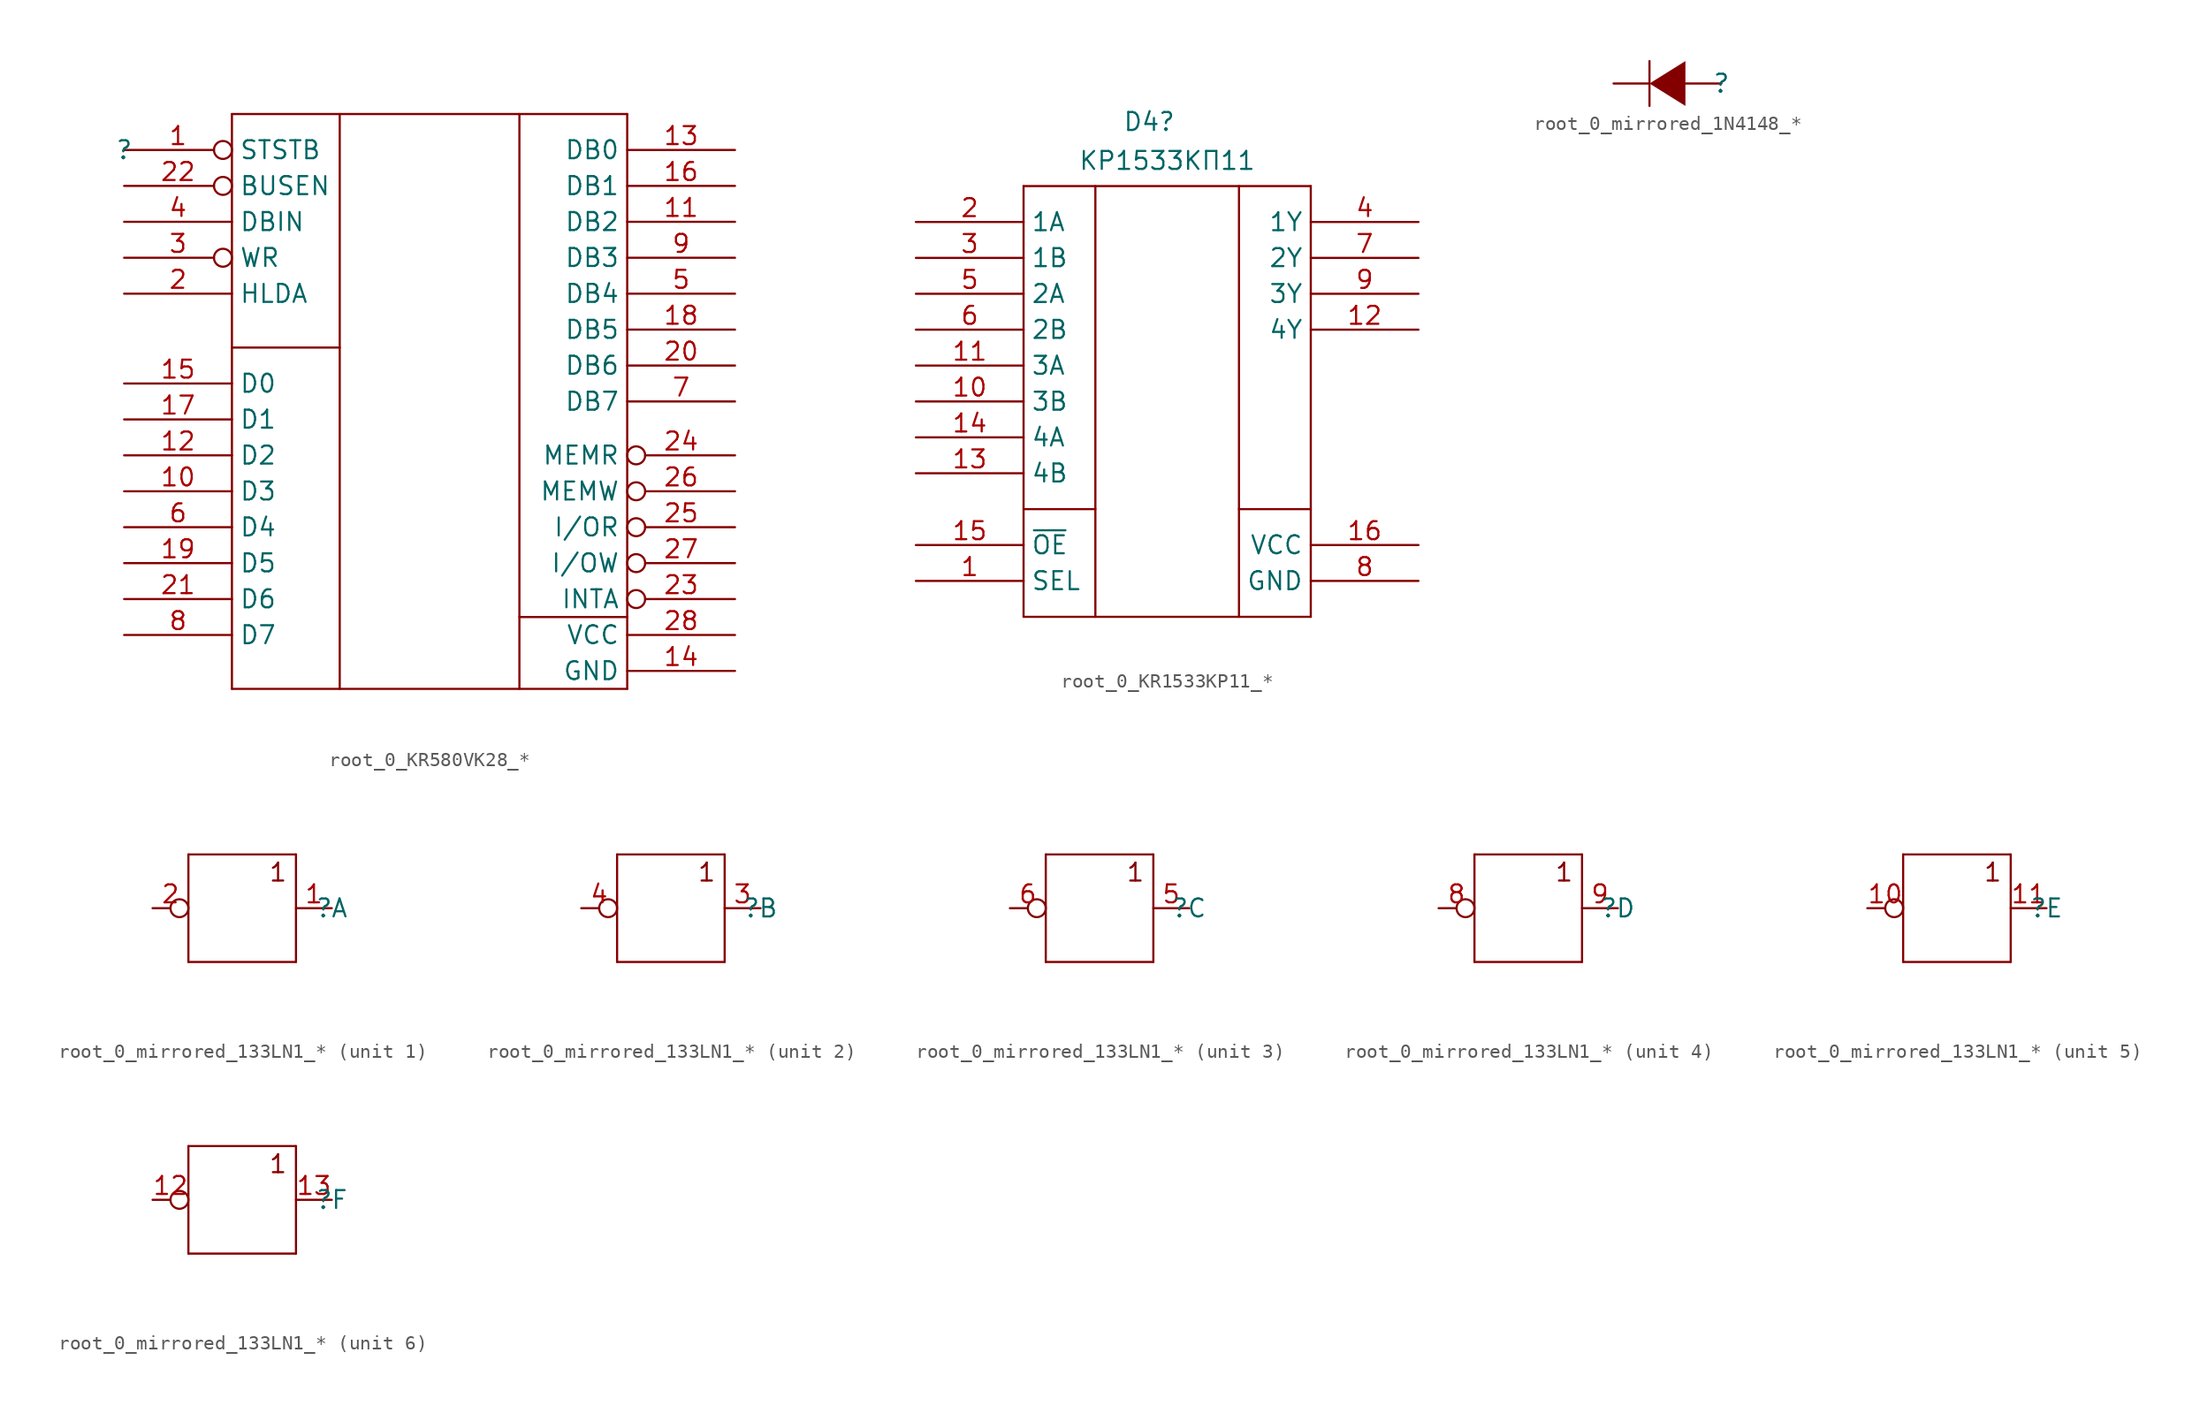
<source format=kicad_sym>
(kicad_symbol_lib
  (version 20241209)
  (generator "kicad_symbol_editor")
  (generator_version "9.0")
  (symbol "root_0_KR580VK28_*"
    (property "Reference" ""
      (at 0 0 0)
      (effects (font (size 1.27 1.27))))
    (property "Value" ""
      (at 0 0 0)
      (effects (font (size 1.27 1.27))))
    (symbol "root_0_KR580VK28_*_1_0"
      (polyline (pts (xy 7.62 2.54) (xy 35.56 2.54)) (stroke (width 0) (type solid)) (fill (type none)))
      (polyline (pts (xy 7.62 -13.97) (xy 15.24 -13.97)) (stroke (width 0) (type solid)) (fill (type none)))
      (polyline (pts (xy 7.62 -38.1) (xy 7.62 2.54)) (stroke (width 0) (type solid)) (fill (type none)))
      (polyline (pts (xy 15.24 2.54) (xy 15.24 -38.1)) (stroke (width 0) (type solid)) (fill (type none)))
      (polyline (pts (xy 27.94 2.54) (xy 27.94 -38.1)) (stroke (width 0) (type solid)) (fill (type none)))
      (polyline (pts (xy 27.94 -33.02) (xy 35.56 -33.02)) (stroke (width 0) (type solid)) (fill (type none)))
      (polyline (pts (xy 35.56 2.54) (xy 35.56 -38.1)) (stroke (width 0) (type solid)) (fill (type none)))
      (polyline (pts (xy 35.56 -38.1) (xy 7.62 -38.1)) (stroke (width 0) (type solid)) (fill (type none)))
      (pin passive inverted (at 0 0 0) (length 7.62) (name "STSTB" (effects (font (size 1.27 1.27)))) (number "1" (effects (font (size 1.27 1.27)))))
      (pin passive inverted (at 0 -2.54 0) (length 7.62) (name "BUSEN" (effects (font (size 1.27 1.27)))) (number "22" (effects (font (size 1.27 1.27)))))
      (pin passive line (at 0 -5.08 0) (length 7.62) (name "DBIN" (effects (font (size 1.27 1.27)))) (number "4" (effects (font (size 1.27 1.27)))))
      (pin passive inverted (at 0 -7.62 0) (length 7.62) (name "WR" (effects (font (size 1.27 1.27)))) (number "3" (effects (font (size 1.27 1.27)))))
      (pin passive line (at 0 -10.16 0) (length 7.62) (name "HLDA" (effects (font (size 1.27 1.27)))) (number "2" (effects (font (size 1.27 1.27)))))
      (pin passive line (at 0 -16.51 0) (length 7.62) (name "D0" (effects (font (size 1.27 1.27)))) (number "15" (effects (font (size 1.27 1.27)))))
      (pin passive line (at 0 -19.05 0) (length 7.62) (name "D1" (effects (font (size 1.27 1.27)))) (number "17" (effects (font (size 1.27 1.27)))))
      (pin passive line (at 0 -21.59 0) (length 7.62) (name "D2" (effects (font (size 1.27 1.27)))) (number "12" (effects (font (size 1.27 1.27)))))
      (pin passive line (at 0 -24.13 0) (length 7.62) (name "D3" (effects (font (size 1.27 1.27)))) (number "10" (effects (font (size 1.27 1.27)))))
      (pin passive line (at 0 -26.67 0) (length 7.62) (name "D4" (effects (font (size 1.27 1.27)))) (number "6" (effects (font (size 1.27 1.27)))))
      (pin passive line (at 0 -29.21 0) (length 7.62) (name "D5" (effects (font (size 1.27 1.27)))) (number "19" (effects (font (size 1.27 1.27)))))
      (pin passive line (at 0 -31.75 0) (length 7.62) (name "D6" (effects (font (size 1.27 1.27)))) (number "21" (effects (font (size 1.27 1.27)))))
      (pin passive line (at 0 -34.29 0) (length 7.62) (name "D7" (effects (font (size 1.27 1.27)))) (number "8" (effects (font (size 1.27 1.27)))))
      (pin passive line (at 43.18 0 180) (length 7.62) (name "DB0" (effects (font (size 1.27 1.27)))) (number "13" (effects (font (size 1.27 1.27)))))
      (pin passive line (at 43.18 -2.54 180) (length 7.62) (name "DB1" (effects (font (size 1.27 1.27)))) (number "16" (effects (font (size 1.27 1.27)))))
      (pin passive line (at 43.18 -5.08 180) (length 7.62) (name "DB2" (effects (font (size 1.27 1.27)))) (number "11" (effects (font (size 1.27 1.27)))))
      (pin passive line (at 43.18 -7.62 180) (length 7.62) (name "DB3" (effects (font (size 1.27 1.27)))) (number "9" (effects (font (size 1.27 1.27)))))
      (pin passive line (at 43.18 -10.16 180) (length 7.62) (name "DB4" (effects (font (size 1.27 1.27)))) (number "5" (effects (font (size 1.27 1.27)))))
      (pin passive line (at 43.18 -12.7 180) (length 7.62) (name "DB5" (effects (font (size 1.27 1.27)))) (number "18" (effects (font (size 1.27 1.27)))))
      (pin passive line (at 43.18 -15.24 180) (length 7.62) (name "DB6" (effects (font (size 1.27 1.27)))) (number "20" (effects (font (size 1.27 1.27)))))
      (pin passive line (at 43.18 -17.78 180) (length 7.62) (name "DB7" (effects (font (size 1.27 1.27)))) (number "7" (effects (font (size 1.27 1.27)))))
      (pin passive inverted (at 43.18 -21.59 180) (length 7.62) (name "MEMR" (effects (font (size 1.27 1.27)))) (number "24" (effects (font (size 1.27 1.27)))))
      (pin passive inverted (at 43.18 -24.13 180) (length 7.62) (name "MEMW" (effects (font (size 1.27 1.27)))) (number "26" (effects (font (size 1.27 1.27)))))
      (pin passive inverted (at 43.18 -26.67 180) (length 7.62) (name "I/OR" (effects (font (size 1.27 1.27)))) (number "25" (effects (font (size 1.27 1.27)))))
      (pin passive inverted (at 43.18 -29.21 180) (length 7.62) (name "I/OW" (effects (font (size 1.27 1.27)))) (number "27" (effects (font (size 1.27 1.27)))))
      (pin passive inverted (at 43.18 -31.75 180) (length 7.62) (name "INTA" (effects (font (size 1.27 1.27)))) (number "23" (effects (font (size 1.27 1.27)))))
      (pin passive line (at 43.18 -34.29 180) (length 7.62) (name "VCC" (effects (font (size 1.27 1.27)))) (number "28" (effects (font (size 1.27 1.27)))))
      (pin passive line (at 43.18 -36.83 180) (length 7.62) (name "GND" (effects (font (size 1.27 1.27)))) (number "14" (effects (font (size 1.27 1.27)))))))
  (symbol "root_0_KR1533KP11_*"
    (property "Reference" "D4"
      (at 16.51 31.75 0)
      (effects (font (size 1.27 1.27)) (justify bottom)))
    (property "Value" "КР1533КП11"
      (at 17.78 30.48 0)
      (effects (font (size 1.27 1.27)) (justify top)))
    (symbol "root_0_KR1533KP11_*_1_0"
      (polyline (pts (xy 7.62 27.94) (xy 27.94 27.94)) (stroke (width 0) (type solid)) (fill (type none)))
      (polyline (pts (xy 7.62 5.08) (xy 12.7 5.08)) (stroke (width 0) (type solid)) (fill (type none)))
      (polyline (pts (xy 7.62 -2.54) (xy 7.62 27.94)) (stroke (width 0) (type solid)) (fill (type none)))
      (polyline (pts (xy 12.7 -2.54) (xy 12.7 27.94)) (stroke (width 0) (type solid)) (fill (type none)))
      (polyline (pts (xy 22.86 27.94) (xy 22.86 -2.54)) (stroke (width 0) (type solid)) (fill (type none)))
      (polyline (pts (xy 22.86 5.08) (xy 27.94 5.08)) (stroke (width 0) (type solid)) (fill (type none)))
      (polyline (pts (xy 27.94 27.94) (xy 27.94 -2.54)) (stroke (width 0) (type solid)) (fill (type none)))
      (polyline (pts (xy 27.94 -2.54) (xy 7.62 -2.54)) (stroke (width 0) (type solid)) (fill (type none)))
      (pin passive line (at 0 25.4 0) (length 7.62) (name "1A" (effects (font (size 1.27 1.27)))) (number "2" (effects (font (size 1.27 1.27)))))
      (pin passive line (at 0 22.86 0) (length 7.62) (name "1B" (effects (font (size 1.27 1.27)))) (number "3" (effects (font (size 1.27 1.27)))))
      (pin passive line (at 0 20.32 0) (length 7.62) (name "2A" (effects (font (size 1.27 1.27)))) (number "5" (effects (font (size 1.27 1.27)))))
      (pin passive line (at 0 17.78 0) (length 7.62) (name "2B" (effects (font (size 1.27 1.27)))) (number "6" (effects (font (size 1.27 1.27)))))
      (pin passive line (at 0 15.24 0) (length 7.62) (name "3A" (effects (font (size 1.27 1.27)))) (number "11" (effects (font (size 1.27 1.27)))))
      (pin passive line (at 0 12.7 0) (length 7.62) (name "3B" (effects (font (size 1.27 1.27)))) (number "10" (effects (font (size 1.27 1.27)))))
      (pin passive line (at 0 10.16 0) (length 7.62) (name "4A" (effects (font (size 1.27 1.27)))) (number "14" (effects (font (size 1.27 1.27)))))
      (pin passive line (at 0 7.62 0) (length 7.62) (name "4B" (effects (font (size 1.27 1.27)))) (number "13" (effects (font (size 1.27 1.27)))))
      (pin passive line (at 0 2.54 0) (length 7.62) (name "~{OE}" (effects (font (size 1.27 1.27)))) (number "15" (effects (font (size 1.27 1.27)))))
      (pin passive line (at 0 0 0) (length 7.62) (name "SEL" (effects (font (size 1.27 1.27)))) (number "1" (effects (font (size 1.27 1.27)))))
      (pin passive line (at 35.56 25.4 180) (length 7.62) (name "1Y" (effects (font (size 1.27 1.27)))) (number "4" (effects (font (size 1.27 1.27)))))
      (pin passive line (at 35.56 22.86 180) (length 7.62) (name "2Y" (effects (font (size 1.27 1.27)))) (number "7" (effects (font (size 1.27 1.27)))))
      (pin passive line (at 35.56 20.32 180) (length 7.62) (name "3Y" (effects (font (size 1.27 1.27)))) (number "9" (effects (font (size 1.27 1.27)))))
      (pin passive line (at 35.56 17.78 180) (length 7.62) (name "4Y" (effects (font (size 1.27 1.27)))) (number "12" (effects (font (size 1.27 1.27)))))
      (pin passive line (at 35.56 2.54 180) (length 7.62) (name "VCC" (effects (font (size 1.27 1.27)))) (number "16" (effects (font (size 1.27 1.27)))))
      (pin passive line (at 35.56 0 180) (length 7.62) (name "GND" (effects (font (size 1.27 1.27)))) (number "8" (effects (font (size 1.27 1.27)))))))
  (symbol "root_0_mirrored_1N4148_*"
    (pin_numbers
      (hide yes))
    (pin_names
      (hide yes))
    (property "Reference" ""
      (at 0 0 0)
      (effects (font (size 1.27 1.27))))
    (property "Value" ""
      (at 0 0 0)
      (effects (font (size 1.27 1.27))))
    (symbol "root_0_mirrored_1N4148_*_1_0"
      (polyline (pts (xy -5.08 0) (xy -2.54 1.587) (xy -2.54 0) (xy -2.54 -1.588) (xy -5.08 0)) (stroke (width -0.0001) (type solid)) (fill (type outline)))
      (polyline (pts (xy -5.08 -1.588) (xy -5.08 1.587)) (stroke (width 0) (type solid)) (fill (type none)))
      (pin passive line (at -7.62 0 0) (length 2.54) (name "K" (effects (font (size 1.27 1.27)))) (number "K" (effects (font (size 1.27 1.27)))))
      (pin passive line (at 0 0 180) (length 2.54) (name "A" (effects (font (size 1.27 1.27)))) (number "A" (effects (font (size 1.27 1.27)))))))
  (symbol "root_0_mirrored_133LN1_*"
    (property "Reference" ""
      (at 0 0 0)
      (effects (font (size 1.27 1.27))))
    (property "Value" ""
      (at 0 0 0)
      (effects (font (size 1.27 1.27))))
    (symbol "root_0_mirrored_133LN1_*_0_0"
      (pin power_in line (at -12.7 -7.62 90) (length 7.62) (hide yes) (name "VCC" (effects (font (size 1.27 1.27)))) (number "14" (effects (font (size 1.27 1.27)))))
      (pin power_in line (at -10.16 -7.62 90) (length 7.62) (hide yes) (name "GND" (effects (font (size 1.27 1.27)))) (number "7" (effects (font (size 1.27 1.27))))))
    (symbol "root_0_mirrored_133LN1_*_1_0"
      (polyline (pts (xy -10.16 3.81) (xy -10.16 -3.81)) (stroke (width 0) (type solid)) (fill (type none)))
      (polyline (pts (xy -10.16 -3.81) (xy -2.54 -3.81)) (stroke (width 0) (type solid)) (fill (type none)))
      (polyline (pts (xy -2.54 3.81) (xy -10.16 3.81)) (stroke (width 0) (type solid)) (fill (type none)))
      (polyline (pts (xy -2.54 -3.81) (xy -2.54 3.81)) (stroke (width 0) (type solid)) (fill (type none)))
      (text "1" (at -3.81 2.54 0) (effects (font (size 1.27 1.27))))
      (pin output inverted (at -12.7 0 0) (length 2.54) (name "Y" (effects (font (size 0 0)))) (number "2" (effects (font (size 1.27 1.27)))))
      (pin input line (at 0 0 180) (length 2.54) (name "A" (effects (font (size 0 0)))) (number "1" (effects (font (size 1.27 1.27))))))
    (symbol "root_0_mirrored_133LN1_*_2_0"
      (polyline (pts (xy -10.16 3.81) (xy -10.16 -3.81)) (stroke (width 0) (type solid)) (fill (type none)))
      (polyline (pts (xy -10.16 -3.81) (xy -2.54 -3.81)) (stroke (width 0) (type solid)) (fill (type none)))
      (polyline (pts (xy -2.54 3.81) (xy -10.16 3.81)) (stroke (width 0) (type solid)) (fill (type none)))
      (polyline (pts (xy -2.54 -3.81) (xy -2.54 3.81)) (stroke (width 0) (type solid)) (fill (type none)))
      (text "1" (at -3.81 2.54 0) (effects (font (size 1.27 1.27))))
      (pin output inverted (at -12.7 0 0) (length 2.54) (name "Y" (effects (font (size 0 0)))) (number "4" (effects (font (size 1.27 1.27)))))
      (pin input line (at 0 0 180) (length 2.54) (name "A" (effects (font (size 0 0)))) (number "3" (effects (font (size 1.27 1.27))))))
    (symbol "root_0_mirrored_133LN1_*_3_0"
      (polyline (pts (xy -10.16 3.81) (xy -10.16 -3.81)) (stroke (width 0) (type solid)) (fill (type none)))
      (polyline (pts (xy -10.16 -3.81) (xy -2.54 -3.81)) (stroke (width 0) (type solid)) (fill (type none)))
      (polyline (pts (xy -2.54 3.81) (xy -10.16 3.81)) (stroke (width 0) (type solid)) (fill (type none)))
      (polyline (pts (xy -2.54 -3.81) (xy -2.54 3.81)) (stroke (width 0) (type solid)) (fill (type none)))
      (text "1" (at -3.81 2.54 0) (effects (font (size 1.27 1.27))))
      (pin output inverted (at -12.7 0 0) (length 2.54) (name "Y" (effects (font (size 0 0)))) (number "6" (effects (font (size 1.27 1.27)))))
      (pin input line (at 0 0 180) (length 2.54) (name "A" (effects (font (size 0 0)))) (number "5" (effects (font (size 1.27 1.27))))))
    (symbol "root_0_mirrored_133LN1_*_4_0"
      (polyline (pts (xy -10.16 3.81) (xy -10.16 -3.81)) (stroke (width 0) (type solid)) (fill (type none)))
      (polyline (pts (xy -10.16 -3.81) (xy -2.54 -3.81)) (stroke (width 0) (type solid)) (fill (type none)))
      (polyline (pts (xy -2.54 3.81) (xy -10.16 3.81)) (stroke (width 0) (type solid)) (fill (type none)))
      (polyline (pts (xy -2.54 -3.81) (xy -2.54 3.81)) (stroke (width 0) (type solid)) (fill (type none)))
      (text "1" (at -3.81 2.54 0) (effects (font (size 1.27 1.27))))
      (pin output inverted (at -12.7 0 0) (length 2.54) (name "Y" (effects (font (size 0 0)))) (number "8" (effects (font (size 1.27 1.27)))))
      (pin input line (at 0 0 180) (length 2.54) (name "A" (effects (font (size 0 0)))) (number "9" (effects (font (size 1.27 1.27))))))
    (symbol "root_0_mirrored_133LN1_*_5_0"
      (polyline (pts (xy -10.16 3.81) (xy -10.16 -3.81)) (stroke (width 0) (type solid)) (fill (type none)))
      (polyline (pts (xy -10.16 -3.81) (xy -2.54 -3.81)) (stroke (width 0) (type solid)) (fill (type none)))
      (polyline (pts (xy -2.54 3.81) (xy -10.16 3.81)) (stroke (width 0) (type solid)) (fill (type none)))
      (polyline (pts (xy -2.54 -3.81) (xy -2.54 3.81)) (stroke (width 0) (type solid)) (fill (type none)))
      (text "1" (at -3.81 2.54 0) (effects (font (size 1.27 1.27))))
      (pin output inverted (at -12.7 0 0) (length 2.54) (name "Y" (effects (font (size 0 0)))) (number "10" (effects (font (size 1.27 1.27)))))
      (pin input line (at 0 0 180) (length 2.54) (name "A" (effects (font (size 0 0)))) (number "11" (effects (font (size 1.27 1.27))))))
    (symbol "root_0_mirrored_133LN1_*_6_0"
      (polyline (pts (xy -10.16 3.81) (xy -10.16 -3.81)) (stroke (width 0) (type solid)) (fill (type none)))
      (polyline (pts (xy -10.16 -3.81) (xy -2.54 -3.81)) (stroke (width 0) (type solid)) (fill (type none)))
      (polyline (pts (xy -2.54 3.81) (xy -10.16 3.81)) (stroke (width 0) (type solid)) (fill (type none)))
      (polyline (pts (xy -2.54 -3.81) (xy -2.54 3.81)) (stroke (width 0) (type solid)) (fill (type none)))
      (text "1" (at -3.81 2.54 0) (effects (font (size 1.27 1.27))))
      (pin output inverted (at -12.7 0 0) (length 2.54) (name "Y" (effects (font (size 0 0)))) (number "12" (effects (font (size 1.27 1.27)))))
      (pin input line (at 0 0 180) (length 2.54) (name "A" (effects (font (size 0 0)))) (number "13" (effects (font (size 1.27 1.27))))))))
</source>
